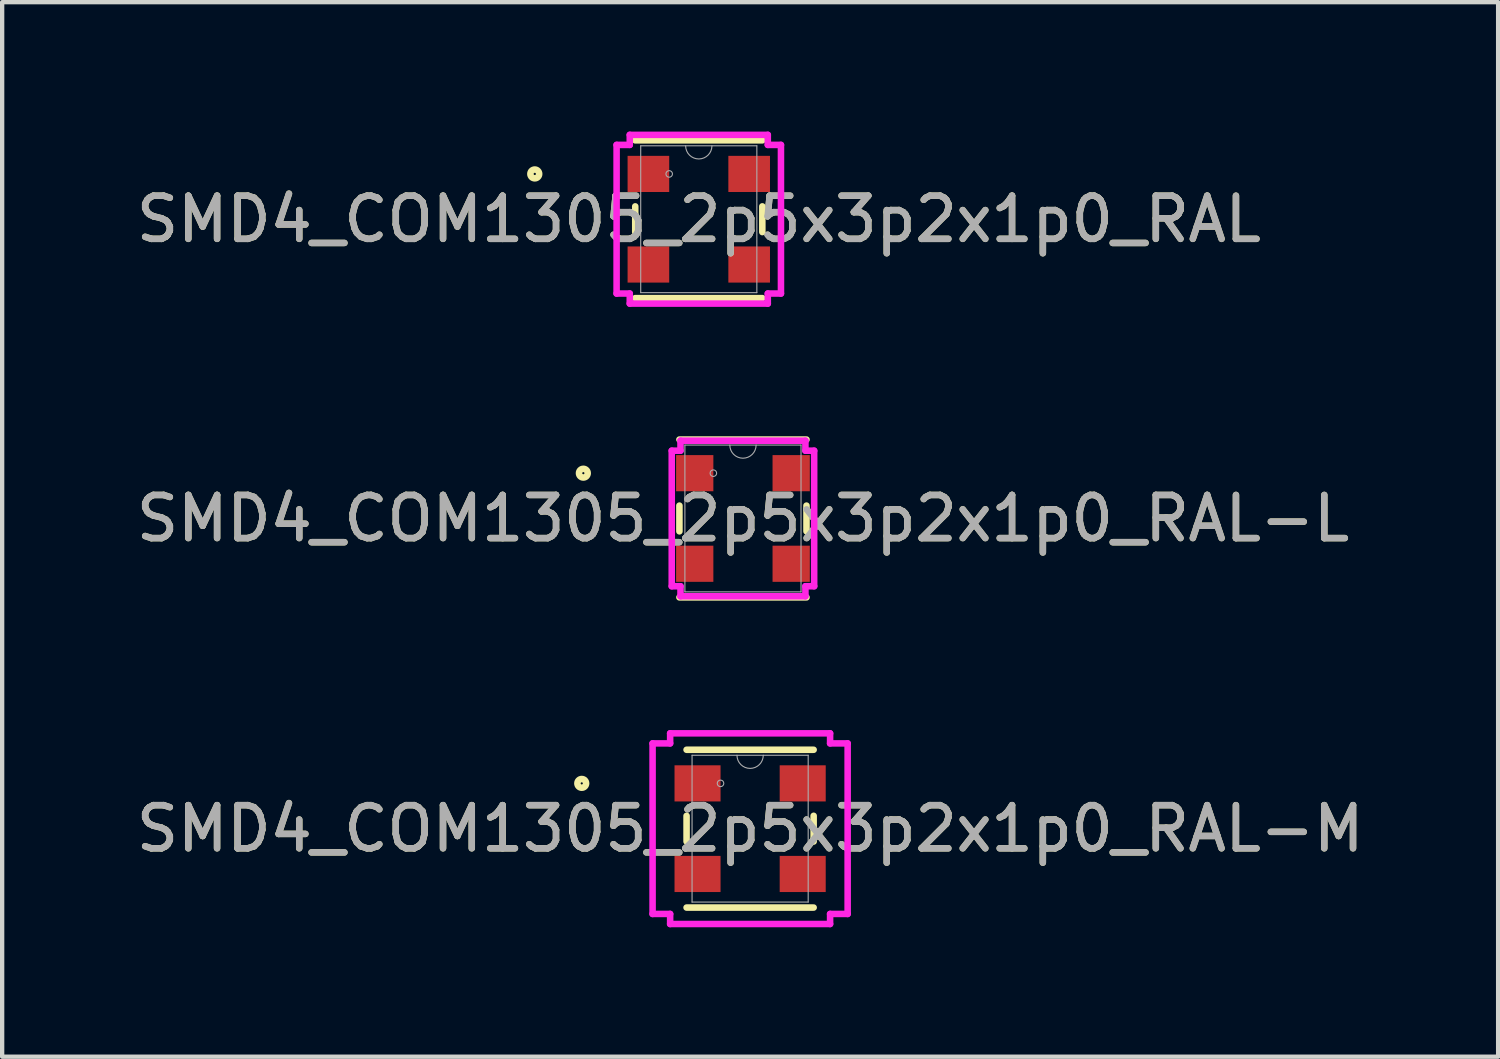
<source format=kicad_pcb>
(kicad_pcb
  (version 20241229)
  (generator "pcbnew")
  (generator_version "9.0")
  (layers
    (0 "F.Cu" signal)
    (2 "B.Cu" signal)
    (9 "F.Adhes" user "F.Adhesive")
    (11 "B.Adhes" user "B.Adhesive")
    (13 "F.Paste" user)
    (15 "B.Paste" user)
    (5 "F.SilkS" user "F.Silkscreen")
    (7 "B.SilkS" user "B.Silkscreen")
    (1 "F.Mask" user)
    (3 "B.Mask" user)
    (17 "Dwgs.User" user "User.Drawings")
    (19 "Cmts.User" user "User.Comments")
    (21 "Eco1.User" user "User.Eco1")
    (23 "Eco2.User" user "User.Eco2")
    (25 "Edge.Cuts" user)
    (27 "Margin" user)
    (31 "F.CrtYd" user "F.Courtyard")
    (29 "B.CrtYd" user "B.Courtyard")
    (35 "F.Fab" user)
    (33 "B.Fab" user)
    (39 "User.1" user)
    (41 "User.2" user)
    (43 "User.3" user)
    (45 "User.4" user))
  (footprint "SMD4_COM1305_2p5x3p2x1p0_RAL-M"
    (layer "F.Cu")
    (at 14.339 16.16)
    (property "Reference" "SMD4_COM1305_2p5x3p2x1p0_RAL-M" (at 0 0 0) (unlocked yes) (layer "F.SilkS") (effects (font (size 1 1) (thickness 0.15))))
    (attr smd)
    (fp_line (start -1.473 -0.298) (end -1.473 0.298) (stroke (width 0.152) (type solid)) (layer "F.SilkS"))
    (fp_line (start -1.473 1.829) (end 1.473 1.829) (stroke (width 0.152) (type solid)) (layer "F.SilkS"))
    (fp_line (start 1.473 -1.829) (end -1.473 -1.829) (stroke (width 0.152) (type solid)) (layer "F.SilkS"))
    (fp_line (start 1.473 0.298) (end 1.473 -0.298) (stroke (width 0.152) (type solid)) (layer "F.SilkS"))
    (fp_circle (center -3.903 -1.05) (end -3.802 -1.05) (stroke (width 0.152) (type solid)) (fill no) (layer "F.SilkS"))
    (fp_line (start -2.261 -1.977) (end -1.854 -1.977) (stroke (width 0.152) (type solid)) (layer "F.CrtYd"))
    (fp_line (start -2.261 1.977) (end -2.261 -1.977) (stroke (width 0.152) (type solid)) (layer "F.CrtYd"))
    (fp_line (start -2.261 1.977) (end -1.854 1.977) (stroke (width 0.152) (type solid)) (layer "F.CrtYd"))
    (fp_line (start -1.854 -2.21) (end 1.854 -2.21) (stroke (width 0.152) (type solid)) (layer "F.CrtYd"))
    (fp_line (start -1.854 -1.977) (end -1.854 -2.21) (stroke (width 0.152) (type solid)) (layer "F.CrtYd"))
    (fp_line (start -1.854 2.21) (end -1.854 1.977) (stroke (width 0.152) (type solid)) (layer "F.CrtYd"))
    (fp_line (start 1.854 -2.21) (end 1.854 -1.977) (stroke (width 0.152) (type solid)) (layer "F.CrtYd"))
    (fp_line (start 1.854 1.977) (end 1.854 2.21) (stroke (width 0.152) (type solid)) (layer "F.CrtYd"))
    (fp_line (start 1.854 2.21) (end -1.854 2.21) (stroke (width 0.152) (type solid)) (layer "F.CrtYd"))
    (fp_line (start 2.261 -1.977) (end 1.854 -1.977) (stroke (width 0.152) (type solid)) (layer "F.CrtYd"))
    (fp_line (start 2.261 -1.977) (end 2.261 1.977) (stroke (width 0.152) (type solid)) (layer "F.CrtYd"))
    (fp_line (start 2.261 1.977) (end 1.854 1.977) (stroke (width 0.152) (type solid)) (layer "F.CrtYd"))
    (fp_line (start -1.346 -1.702) (end -1.346 1.702) (stroke (width 0.025) (type solid)) (layer "F.Fab"))
    (fp_line (start -1.346 1.702) (end 1.346 1.702) (stroke (width 0.025) (type solid)) (layer "F.Fab"))
    (fp_line (start 1.346 -1.702) (end -1.346 -1.702) (stroke (width 0.025) (type solid)) (layer "F.Fab"))
    (fp_line (start 1.346 1.702) (end 1.346 -1.702) (stroke (width 0.025) (type solid)) (layer "F.Fab"))
    (fp_arc (start 0.3048 -1.7018) (mid 0 -1.397) (end -0.3048 -1.7018) (stroke (width 0.0254) (type solid)) (layer "F.Fab"))
    (fp_circle (center -0.686 -1.05) (end -0.61 -1.05) (stroke (width 0.025) (type solid)) (fill no) (layer "F.Fab"))
    (fp_text user "${REFERENCE}" (at 0 0 0) (unlocked yes) (layer "F.Fab") (effects (font (size 1 1) (thickness 0.15))))
    (pad "1" smd rect (at -1.219 -1.05) (size 1.067 0.838) (layers "F.Cu" "F.Mask" "F.Paste"))
    (pad "2" smd rect (at -1.219 1.05) (size 1.067 0.838) (layers "F.Cu" "F.Mask" "F.Paste"))
    (pad "3" smd rect (at 1.219 1.05) (size 1.067 0.838) (layers "F.Cu" "F.Mask" "F.Paste"))
    (pad "4" smd rect (at 1.219 -1.05) (size 1.067 0.838) (layers "F.Cu" "F.Mask" "F.Paste")))
  (footprint "SMD4_COM1305_2p5x3p2x1p0_RAL"
    (layer "F.Cu")
    (at 13.149 2.032)
    (property "Reference" "SMD4_COM1305_2p5x3p2x1p0_RAL" (at 0 0 0) (unlocked yes) (layer "F.SilkS") (effects (font (size 1 1) (thickness 0.15))))
    (attr smd)
    (fp_line (start -1.473 -0.298) (end -1.473 0.298) (stroke (width 0.152) (type solid)) (layer "F.SilkS"))
    (fp_line (start -1.473 1.829) (end 1.473 1.829) (stroke (width 0.152) (type solid)) (layer "F.SilkS"))
    (fp_line (start 1.473 -1.829) (end -1.473 -1.829) (stroke (width 0.152) (type solid)) (layer "F.SilkS"))
    (fp_line (start 1.473 0.298) (end 1.473 -0.298) (stroke (width 0.152) (type solid)) (layer "F.SilkS"))
    (fp_circle (center -3.802 -1.05) (end -3.7 -1.05) (stroke (width 0.152) (type solid)) (fill no) (layer "F.SilkS"))
    (fp_line (start -1.905 -1.723) (end -1.6 -1.723) (stroke (width 0.152) (type solid)) (layer "F.CrtYd"))
    (fp_line (start -1.905 1.723) (end -1.905 -1.723) (stroke (width 0.152) (type solid)) (layer "F.CrtYd"))
    (fp_line (start -1.905 1.723) (end -1.6 1.723) (stroke (width 0.152) (type solid)) (layer "F.CrtYd"))
    (fp_line (start -1.6 -1.956) (end 1.6 -1.956) (stroke (width 0.152) (type solid)) (layer "F.CrtYd"))
    (fp_line (start -1.6 -1.723) (end -1.6 -1.956) (stroke (width 0.152) (type solid)) (layer "F.CrtYd"))
    (fp_line (start -1.6 1.956) (end -1.6 1.723) (stroke (width 0.152) (type solid)) (layer "F.CrtYd"))
    (fp_line (start 1.6 -1.956) (end 1.6 -1.723) (stroke (width 0.152) (type solid)) (layer "F.CrtYd"))
    (fp_line (start 1.6 1.723) (end 1.6 1.956) (stroke (width 0.152) (type solid)) (layer "F.CrtYd"))
    (fp_line (start 1.6 1.956) (end -1.6 1.956) (stroke (width 0.152) (type solid)) (layer "F.CrtYd"))
    (fp_line (start 1.905 -1.723) (end 1.6 -1.723) (stroke (width 0.152) (type solid)) (layer "F.CrtYd"))
    (fp_line (start 1.905 -1.723) (end 1.905 1.723) (stroke (width 0.152) (type solid)) (layer "F.CrtYd"))
    (fp_line (start 1.905 1.723) (end 1.6 1.723) (stroke (width 0.152) (type solid)) (layer "F.CrtYd"))
    (fp_line (start -1.346 -1.702) (end -1.346 1.702) (stroke (width 0.025) (type solid)) (layer "F.Fab"))
    (fp_line (start -1.346 1.702) (end 1.346 1.702) (stroke (width 0.025) (type solid)) (layer "F.Fab"))
    (fp_line (start 1.346 -1.702) (end -1.346 -1.702) (stroke (width 0.025) (type solid)) (layer "F.Fab"))
    (fp_line (start 1.346 1.702) (end 1.346 -1.702) (stroke (width 0.025) (type solid)) (layer "F.Fab"))
    (fp_arc (start 0.3048 -1.7018) (mid 0 -1.397) (end -0.3048 -1.7018) (stroke (width 0.0254) (type solid)) (layer "F.Fab"))
    (fp_circle (center -0.686 -1.05) (end -0.61 -1.05) (stroke (width 0.025) (type solid)) (fill no) (layer "F.Fab"))
    (fp_text user "${REFERENCE}" (at 0 0 0) (unlocked yes) (layer "F.Fab") (effects (font (size 1 1) (thickness 0.15))))
    (pad "1" smd rect (at -1.168 -1.05) (size 0.965 0.838) (layers "F.Cu" "F.Mask" "F.Paste"))
    (pad "2" smd rect (at -1.168 1.05) (size 0.965 0.838) (layers "F.Cu" "F.Mask" "F.Paste"))
    (pad "3" smd rect (at 1.168 1.05) (size 0.965 0.838) (layers "F.Cu" "F.Mask" "F.Paste"))
    (pad "4" smd rect (at 1.168 -1.05) (size 0.965 0.838) (layers "F.Cu" "F.Mask" "F.Paste")))
  (footprint "SMD4_COM1305_2p5x3p2x1p0_RAL-L"
    (layer "F.Cu")
    (at 14.173 8.969)
    (property "Reference" "SMD4_COM1305_2p5x3p2x1p0_RAL-L" (at 0 0 0) (unlocked yes) (layer "F.SilkS") (effects (font (size 1 1) (thickness 0.15))))
    (attr smd)
    (fp_line (start -1.473 -0.298) (end -1.473 0.298) (stroke (width 0.152) (type solid)) (layer "F.SilkS"))
    (fp_line (start -1.473 1.829) (end 1.473 1.829) (stroke (width 0.152) (type solid)) (layer "F.SilkS"))
    (fp_line (start 1.473 -1.829) (end -1.473 -1.829) (stroke (width 0.152) (type solid)) (layer "F.SilkS"))
    (fp_line (start 1.473 0.298) (end 1.473 -0.298) (stroke (width 0.152) (type solid)) (layer "F.SilkS"))
    (fp_circle (center -3.7 -1.05) (end -3.599 -1.05) (stroke (width 0.152) (type solid)) (fill no) (layer "F.SilkS"))
    (fp_line (start -1.651 -1.571) (end -1.448 -1.571) (stroke (width 0.152) (type solid)) (layer "F.CrtYd"))
    (fp_line (start -1.651 1.571) (end -1.651 -1.571) (stroke (width 0.152) (type solid)) (layer "F.CrtYd"))
    (fp_line (start -1.651 1.571) (end -1.448 1.571) (stroke (width 0.152) (type solid)) (layer "F.CrtYd"))
    (fp_line (start -1.448 -1.803) (end 1.448 -1.803) (stroke (width 0.152) (type solid)) (layer "F.CrtYd"))
    (fp_line (start -1.448 -1.571) (end -1.448 -1.803) (stroke (width 0.152) (type solid)) (layer "F.CrtYd"))
    (fp_line (start -1.448 1.803) (end -1.448 1.571) (stroke (width 0.152) (type solid)) (layer "F.CrtYd"))
    (fp_line (start 1.448 -1.803) (end 1.448 -1.571) (stroke (width 0.152) (type solid)) (layer "F.CrtYd"))
    (fp_line (start 1.448 1.571) (end 1.448 1.803) (stroke (width 0.152) (type solid)) (layer "F.CrtYd"))
    (fp_line (start 1.448 1.803) (end -1.448 1.803) (stroke (width 0.152) (type solid)) (layer "F.CrtYd"))
    (fp_line (start 1.651 -1.571) (end 1.448 -1.571) (stroke (width 0.152) (type solid)) (layer "F.CrtYd"))
    (fp_line (start 1.651 -1.571) (end 1.651 1.571) (stroke (width 0.152) (type solid)) (layer "F.CrtYd"))
    (fp_line (start 1.651 1.571) (end 1.448 1.571) (stroke (width 0.152) (type solid)) (layer "F.CrtYd"))
    (fp_line (start -1.346 -1.702) (end -1.346 1.702) (stroke (width 0.025) (type solid)) (layer "F.Fab"))
    (fp_line (start -1.346 1.702) (end 1.346 1.702) (stroke (width 0.025) (type solid)) (layer "F.Fab"))
    (fp_line (start 1.346 -1.702) (end -1.346 -1.702) (stroke (width 0.025) (type solid)) (layer "F.Fab"))
    (fp_line (start 1.346 1.702) (end 1.346 -1.702) (stroke (width 0.025) (type solid)) (layer "F.Fab"))
    (fp_arc (start 0.3048 -1.7018) (mid 0 -1.397) (end -0.3048 -1.7018) (stroke (width 0.0254) (type solid)) (layer "F.Fab"))
    (fp_circle (center -0.686 -1.05) (end -0.61 -1.05) (stroke (width 0.025) (type solid)) (fill no) (layer "F.Fab"))
    (fp_text user "${REFERENCE}" (at 0 0 0) (unlocked yes) (layer "F.Fab") (effects (font (size 1 1) (thickness 0.15))))
    (pad "1" smd rect (at -1.118 -1.05) (size 0.864 0.838) (layers "F.Cu" "F.Mask" "F.Paste"))
    (pad "2" smd rect (at -1.118 1.05) (size 0.864 0.838) (layers "F.Cu" "F.Mask" "F.Paste"))
    (pad "3" smd rect (at 1.118 1.05) (size 0.864 0.838) (layers "F.Cu" "F.Mask" "F.Paste"))
    (pad "4" smd rect (at 1.118 -1.05) (size 0.864 0.838) (layers "F.Cu" "F.Mask" "F.Paste")))
  (gr_rect
    (start -3 -3)
    (end 31.679 21.446)
    (stroke (width 0.1) (type default))
    (fill no)
    (layer "Edge.Cuts")))
</source>
